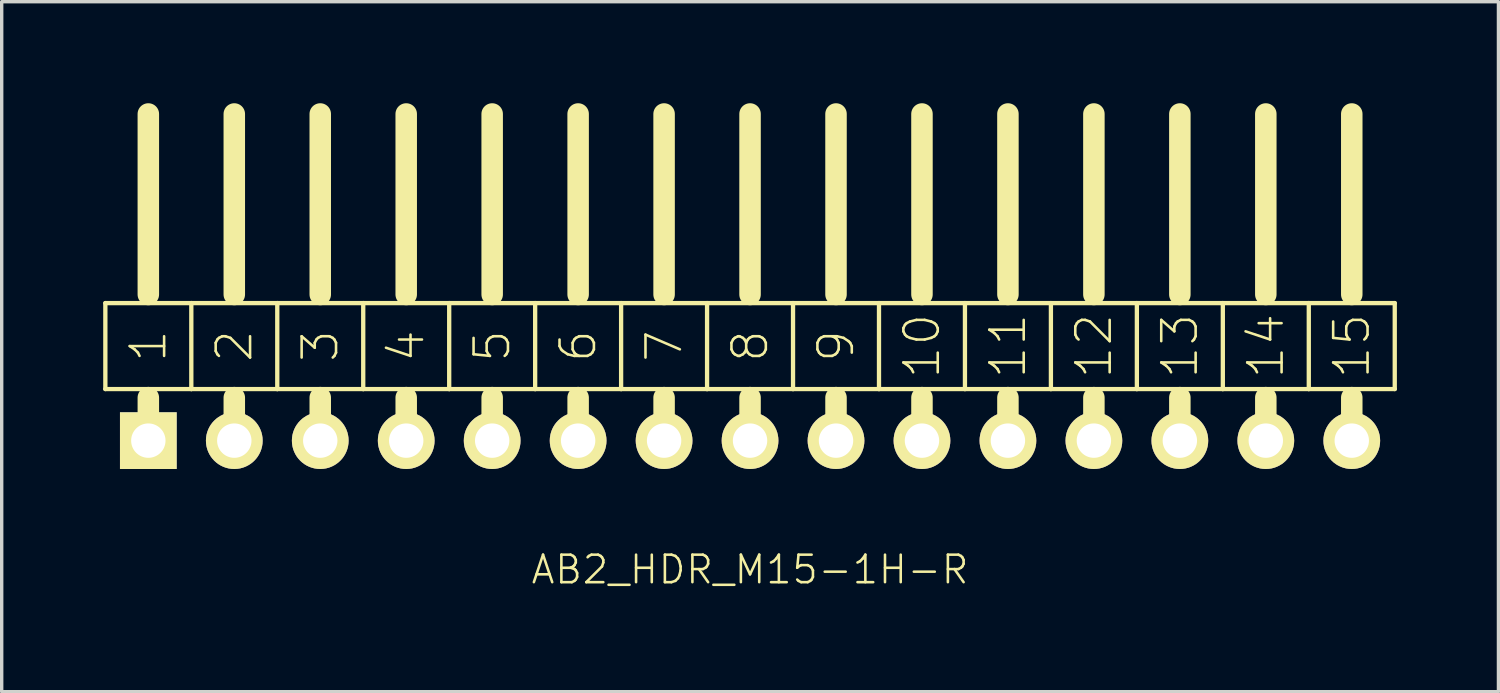
<source format=kicad_pcb>
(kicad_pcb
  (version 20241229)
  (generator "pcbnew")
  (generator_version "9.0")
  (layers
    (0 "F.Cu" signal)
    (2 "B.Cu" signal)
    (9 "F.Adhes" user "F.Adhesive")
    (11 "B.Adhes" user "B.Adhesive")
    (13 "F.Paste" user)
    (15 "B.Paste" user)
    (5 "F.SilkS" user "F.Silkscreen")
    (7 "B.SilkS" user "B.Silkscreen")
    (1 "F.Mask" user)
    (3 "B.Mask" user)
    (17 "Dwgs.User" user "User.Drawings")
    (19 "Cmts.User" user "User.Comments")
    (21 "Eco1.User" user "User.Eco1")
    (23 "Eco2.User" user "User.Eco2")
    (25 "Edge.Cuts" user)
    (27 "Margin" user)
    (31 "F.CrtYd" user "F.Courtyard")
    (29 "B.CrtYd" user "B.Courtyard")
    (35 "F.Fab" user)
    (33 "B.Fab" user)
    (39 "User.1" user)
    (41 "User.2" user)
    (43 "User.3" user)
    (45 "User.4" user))
  (footprint "AB2_HDR_M15-1H-R"
    (layer "F.Cu")
    (at 19.113 9.97)
    (property "Reference" "AB2_HDR_M15-1H-R" (at 0 3.81 0) (layer "F.SilkS") (effects (font (size 0.813 0.813) (thickness 0.076))))
    (attr through_hole)
    (fp_line (start -19.05 -4.064) (end -19.05 -1.524) (stroke (width 0.127) (type solid)) (layer "F.SilkS"))
    (fp_line (start -19.05 -1.524) (end -17.78 -1.524) (stroke (width 0.127) (type solid)) (layer "F.SilkS"))
    (fp_line (start -17.78 -4.318) (end -17.78 -9.652) (stroke (width 0.635) (type solid)) (layer "F.SilkS"))
    (fp_line (start -17.78 -1.524) (end -16.51 -1.524) (stroke (width 0.127) (type solid)) (layer "F.SilkS"))
    (fp_line (start -17.78 -1.27) (end -17.78 0) (stroke (width 0.635) (type solid)) (layer "F.SilkS"))
    (fp_line (start -16.51 -4.064) (end -19.05 -4.064) (stroke (width 0.127) (type solid)) (layer "F.SilkS"))
    (fp_line (start -16.51 -1.524) (end -16.51 -4.064) (stroke (width 0.127) (type solid)) (layer "F.SilkS"))
    (fp_line (start -16.51 -1.524) (end -15.24 -1.524) (stroke (width 0.127) (type solid)) (layer "F.SilkS"))
    (fp_line (start -15.24 -4.318) (end -15.24 -9.652) (stroke (width 0.635) (type solid)) (layer "F.SilkS"))
    (fp_line (start -15.24 -1.524) (end -13.97 -1.524) (stroke (width 0.127) (type solid)) (layer "F.SilkS"))
    (fp_line (start -15.24 -1.27) (end -15.24 0) (stroke (width 0.635) (type solid)) (layer "F.SilkS"))
    (fp_line (start -13.97 -4.064) (end -16.51 -4.064) (stroke (width 0.127) (type solid)) (layer "F.SilkS"))
    (fp_line (start -13.97 -1.524) (end -13.97 -4.064) (stroke (width 0.127) (type solid)) (layer "F.SilkS"))
    (fp_line (start -13.97 -1.524) (end -12.7 -1.524) (stroke (width 0.127) (type solid)) (layer "F.SilkS"))
    (fp_line (start -12.7 -4.318) (end -12.7 -9.652) (stroke (width 0.635) (type solid)) (layer "F.SilkS"))
    (fp_line (start -12.7 -1.524) (end -11.43 -1.524) (stroke (width 0.127) (type solid)) (layer "F.SilkS"))
    (fp_line (start -12.7 -1.27) (end -12.7 0) (stroke (width 0.635) (type solid)) (layer "F.SilkS"))
    (fp_line (start -11.43 -4.064) (end -13.97 -4.064) (stroke (width 0.127) (type solid)) (layer "F.SilkS"))
    (fp_line (start -11.43 -1.524) (end -11.43 -4.064) (stroke (width 0.127) (type solid)) (layer "F.SilkS"))
    (fp_line (start -11.43 -1.524) (end -10.16 -1.524) (stroke (width 0.127) (type solid)) (layer "F.SilkS"))
    (fp_line (start -10.16 -4.318) (end -10.16 -9.652) (stroke (width 0.635) (type solid)) (layer "F.SilkS"))
    (fp_line (start -10.16 -1.524) (end -8.89 -1.524) (stroke (width 0.127) (type solid)) (layer "F.SilkS"))
    (fp_line (start -10.16 -1.27) (end -10.16 0) (stroke (width 0.635) (type solid)) (layer "F.SilkS"))
    (fp_line (start -8.89 -4.064) (end -11.43 -4.064) (stroke (width 0.127) (type solid)) (layer "F.SilkS"))
    (fp_line (start -8.89 -1.524) (end -8.89 -4.064) (stroke (width 0.127) (type solid)) (layer "F.SilkS"))
    (fp_line (start -8.89 -1.524) (end -7.62 -1.524) (stroke (width 0.127) (type solid)) (layer "F.SilkS"))
    (fp_line (start -7.62 -4.318) (end -7.62 -9.652) (stroke (width 0.635) (type solid)) (layer "F.SilkS"))
    (fp_line (start -7.62 -1.524) (end -6.35 -1.524) (stroke (width 0.127) (type solid)) (layer "F.SilkS"))
    (fp_line (start -7.62 -1.27) (end -7.62 0) (stroke (width 0.635) (type solid)) (layer "F.SilkS"))
    (fp_line (start -6.35 -4.064) (end -8.89 -4.064) (stroke (width 0.127) (type solid)) (layer "F.SilkS"))
    (fp_line (start -6.35 -1.524) (end -6.35 -4.064) (stroke (width 0.127) (type solid)) (layer "F.SilkS"))
    (fp_line (start -6.35 -1.524) (end -5.08 -1.524) (stroke (width 0.127) (type solid)) (layer "F.SilkS"))
    (fp_line (start -5.08 -4.318) (end -5.08 -9.652) (stroke (width 0.635) (type solid)) (layer "F.SilkS"))
    (fp_line (start -5.08 -1.524) (end -3.81 -1.524) (stroke (width 0.127) (type solid)) (layer "F.SilkS"))
    (fp_line (start -5.08 -1.27) (end -5.08 0) (stroke (width 0.635) (type solid)) (layer "F.SilkS"))
    (fp_line (start -3.81 -4.064) (end -6.35 -4.064) (stroke (width 0.127) (type solid)) (layer "F.SilkS"))
    (fp_line (start -3.81 -1.524) (end -3.81 -4.064) (stroke (width 0.127) (type solid)) (layer "F.SilkS"))
    (fp_line (start -3.81 -1.524) (end -2.54 -1.524) (stroke (width 0.127) (type solid)) (layer "F.SilkS"))
    (fp_line (start -2.54 -4.318) (end -2.54 -9.652) (stroke (width 0.635) (type solid)) (layer "F.SilkS"))
    (fp_line (start -2.54 -1.524) (end -1.27 -1.524) (stroke (width 0.127) (type solid)) (layer "F.SilkS"))
    (fp_line (start -2.54 -1.27) (end -2.54 0) (stroke (width 0.635) (type solid)) (layer "F.SilkS"))
    (fp_line (start -1.27 -4.064) (end -3.81 -4.064) (stroke (width 0.127) (type solid)) (layer "F.SilkS"))
    (fp_line (start -1.27 -1.524) (end -1.27 -4.064) (stroke (width 0.127) (type solid)) (layer "F.SilkS"))
    (fp_line (start -1.27 -1.524) (end 0 -1.524) (stroke (width 0.127) (type solid)) (layer "F.SilkS"))
    (fp_line (start 0 -4.318) (end 0 -9.652) (stroke (width 0.635) (type solid)) (layer "F.SilkS"))
    (fp_line (start 0 -1.524) (end 1.27 -1.524) (stroke (width 0.127) (type solid)) (layer "F.SilkS"))
    (fp_line (start 0 -1.27) (end 0 0) (stroke (width 0.635) (type solid)) (layer "F.SilkS"))
    (fp_line (start 1.27 -4.064) (end -1.27 -4.064) (stroke (width 0.127) (type solid)) (layer "F.SilkS"))
    (fp_line (start 1.27 -1.524) (end 1.27 -4.064) (stroke (width 0.127) (type solid)) (layer "F.SilkS"))
    (fp_line (start 1.27 -1.524) (end 2.54 -1.524) (stroke (width 0.127) (type solid)) (layer "F.SilkS"))
    (fp_line (start 2.54 -4.318) (end 2.54 -9.652) (stroke (width 0.635) (type solid)) (layer "F.SilkS"))
    (fp_line (start 2.54 -1.524) (end 3.81 -1.524) (stroke (width 0.127) (type solid)) (layer "F.SilkS"))
    (fp_line (start 2.54 -1.27) (end 2.54 0) (stroke (width 0.635) (type solid)) (layer "F.SilkS"))
    (fp_line (start 3.81 -4.064) (end 1.27 -4.064) (stroke (width 0.127) (type solid)) (layer "F.SilkS"))
    (fp_line (start 3.81 -1.524) (end 3.81 -4.064) (stroke (width 0.127) (type solid)) (layer "F.SilkS"))
    (fp_line (start 3.81 -1.524) (end 5.08 -1.524) (stroke (width 0.127) (type solid)) (layer "F.SilkS"))
    (fp_line (start 5.08 -4.318) (end 5.08 -9.652) (stroke (width 0.635) (type solid)) (layer "F.SilkS"))
    (fp_line (start 5.08 -1.524) (end 6.35 -1.524) (stroke (width 0.127) (type solid)) (layer "F.SilkS"))
    (fp_line (start 5.08 -1.27) (end 5.08 0) (stroke (width 0.635) (type solid)) (layer "F.SilkS"))
    (fp_line (start 6.35 -4.064) (end 3.81 -4.064) (stroke (width 0.127) (type solid)) (layer "F.SilkS"))
    (fp_line (start 6.35 -1.524) (end 6.35 -4.064) (stroke (width 0.127) (type solid)) (layer "F.SilkS"))
    (fp_line (start 6.35 -1.524) (end 7.62 -1.524) (stroke (width 0.127) (type solid)) (layer "F.SilkS"))
    (fp_line (start 7.62 -4.318) (end 7.62 -9.652) (stroke (width 0.635) (type solid)) (layer "F.SilkS"))
    (fp_line (start 7.62 -1.524) (end 8.89 -1.524) (stroke (width 0.127) (type solid)) (layer "F.SilkS"))
    (fp_line (start 7.62 -1.27) (end 7.62 0) (stroke (width 0.635) (type solid)) (layer "F.SilkS"))
    (fp_line (start 8.89 -4.064) (end 6.35 -4.064) (stroke (width 0.127) (type solid)) (layer "F.SilkS"))
    (fp_line (start 8.89 -1.524) (end 8.89 -4.064) (stroke (width 0.127) (type solid)) (layer "F.SilkS"))
    (fp_line (start 8.89 -1.524) (end 10.16 -1.524) (stroke (width 0.127) (type solid)) (layer "F.SilkS"))
    (fp_line (start 10.16 -4.318) (end 10.16 -9.652) (stroke (width 0.635) (type solid)) (layer "F.SilkS"))
    (fp_line (start 10.16 -1.524) (end 11.43 -1.524) (stroke (width 0.127) (type solid)) (layer "F.SilkS"))
    (fp_line (start 10.16 -1.27) (end 10.16 0) (stroke (width 0.635) (type solid)) (layer "F.SilkS"))
    (fp_line (start 11.43 -4.064) (end 8.89 -4.064) (stroke (width 0.127) (type solid)) (layer "F.SilkS"))
    (fp_line (start 11.43 -1.524) (end 11.43 -4.064) (stroke (width 0.127) (type solid)) (layer "F.SilkS"))
    (fp_line (start 11.43 -1.524) (end 12.7 -1.524) (stroke (width 0.127) (type solid)) (layer "F.SilkS"))
    (fp_line (start 12.7 -4.318) (end 12.7 -9.652) (stroke (width 0.635) (type solid)) (layer "F.SilkS"))
    (fp_line (start 12.7 -1.524) (end 13.97 -1.524) (stroke (width 0.127) (type solid)) (layer "F.SilkS"))
    (fp_line (start 12.7 -1.27) (end 12.7 0) (stroke (width 0.635) (type solid)) (layer "F.SilkS"))
    (fp_line (start 13.97 -4.064) (end 11.43 -4.064) (stroke (width 0.127) (type solid)) (layer "F.SilkS"))
    (fp_line (start 13.97 -1.524) (end 13.97 -4.064) (stroke (width 0.127) (type solid)) (layer "F.SilkS"))
    (fp_line (start 13.97 -1.524) (end 15.24 -1.524) (stroke (width 0.127) (type solid)) (layer "F.SilkS"))
    (fp_line (start 15.24 -4.318) (end 15.24 -9.652) (stroke (width 0.635) (type solid)) (layer "F.SilkS"))
    (fp_line (start 15.24 -1.524) (end 16.51 -1.524) (stroke (width 0.127) (type solid)) (layer "F.SilkS"))
    (fp_line (start 15.24 -1.27) (end 15.24 0) (stroke (width 0.635) (type solid)) (layer "F.SilkS"))
    (fp_line (start 16.51 -4.064) (end 13.97 -4.064) (stroke (width 0.127) (type solid)) (layer "F.SilkS"))
    (fp_line (start 16.51 -1.524) (end 16.51 -4.064) (stroke (width 0.127) (type solid)) (layer "F.SilkS"))
    (fp_line (start 16.51 -1.524) (end 17.78 -1.524) (stroke (width 0.127) (type solid)) (layer "F.SilkS"))
    (fp_line (start 17.78 -4.318) (end 17.78 -9.652) (stroke (width 0.635) (type solid)) (layer "F.SilkS"))
    (fp_line (start 17.78 -1.524) (end 19.05 -1.524) (stroke (width 0.127) (type solid)) (layer "F.SilkS"))
    (fp_line (start 17.78 -1.27) (end 17.78 0) (stroke (width 0.635) (type solid)) (layer "F.SilkS"))
    (fp_line (start 19.05 -4.064) (end 16.51 -4.064) (stroke (width 0.127) (type solid)) (layer "F.SilkS"))
    (fp_line (start 19.05 -1.524) (end 19.05 -4.064) (stroke (width 0.127) (type solid)) (layer "F.SilkS"))
    (fp_text user "2" (at -15.24 -2.794 90) (layer "F.SilkS") (effects (font (size 1.016 1.016) (thickness 0.076))))
    (fp_text user "6" (at -5.08 -2.794 90) (layer "F.SilkS") (effects (font (size 1.016 1.016) (thickness 0.076))))
    (fp_text user "14" (at 15.24 -2.794 90) (layer "F.SilkS") (effects (font (size 1.016 1.016) (thickness 0.076))))
    (fp_text user "15" (at 17.78 -2.794 90) (layer "F.SilkS") (effects (font (size 1.016 1.016) (thickness 0.076))))
    (fp_text user "9" (at 2.54 -2.794 90) (layer "F.SilkS") (effects (font (size 1.016 1.016) (thickness 0.076))))
    (fp_text user "1" (at -17.78 -2.794 270) (layer "F.SilkS") (effects (font (size 1.016 1.016) (thickness 0.076))))
    (fp_text user "5" (at -7.62 -2.794 90) (layer "F.SilkS") (effects (font (size 1.016 1.016) (thickness 0.076))))
    (fp_text user "13" (at 12.7 -2.794 90) (layer "F.SilkS") (effects (font (size 1.016 1.016) (thickness 0.076))))
    (fp_text user "10" (at 5.08 -2.794 90) (layer "F.SilkS") (effects (font (size 1.016 1.016) (thickness 0.076))))
    (fp_text user "3" (at -12.7 -2.794 90) (layer "F.SilkS") (effects (font (size 1.016 1.016) (thickness 0.076))))
    (fp_text user "11" (at 7.62 -2.794 90) (layer "F.SilkS") (effects (font (size 1.016 1.016) (thickness 0.076))))
    (fp_text user "12" (at 10.16 -2.794 90) (layer "F.SilkS") (effects (font (size 1.016 1.016) (thickness 0.076))))
    (fp_text user "8" (at 0 -2.794 90) (layer "F.SilkS") (effects (font (size 1.016 1.016) (thickness 0.076))))
    (fp_text user "7" (at -2.54 -2.794 90) (layer "F.SilkS") (effects (font (size 1.016 1.016) (thickness 0.076))))
    (fp_text user "4" (at -10.16 -2.794 90) (layer "F.SilkS") (effects (font (size 1.016 1.016) (thickness 0.076))))
    (pad "1" thru_hole rect (at -17.78 0) (size 1.676 1.676) (drill 1.016) (layers "*.Cu" "*.Mask" "F.SilkS"))
    (pad "2" thru_hole circle (at -15.24 0) (size 1.676 1.676) (drill 1.016) (layers "*.Cu" "*.Mask" "F.SilkS"))
    (pad "3" thru_hole circle (at -12.7 0) (size 1.676 1.676) (drill 1.016) (layers "*.Cu" "*.Mask" "F.SilkS"))
    (pad "4" thru_hole circle (at -10.16 0) (size 1.676 1.676) (drill 1.016) (layers "*.Cu" "*.Mask" "F.SilkS"))
    (pad "5" thru_hole circle (at -7.62 0) (size 1.676 1.676) (drill 1.016) (layers "*.Cu" "*.Mask" "F.SilkS"))
    (pad "6" thru_hole circle (at -5.08 0) (size 1.676 1.676) (drill 1.016) (layers "*.Cu" "*.Mask" "F.SilkS"))
    (pad "7" thru_hole circle (at -2.54 0) (size 1.676 1.676) (drill 1.016) (layers "*.Cu" "*.Mask" "F.SilkS"))
    (pad "8" thru_hole circle (at 0 0) (size 1.676 1.676) (drill 1.016) (layers "*.Cu" "*.Mask" "F.SilkS"))
    (pad "9" thru_hole circle (at 2.54 0) (size 1.676 1.676) (drill 1.016) (layers "*.Cu" "*.Mask" "F.SilkS"))
    (pad "10" thru_hole circle (at 5.08 0) (size 1.676 1.676) (drill 1.016) (layers "*.Cu" "*.Mask" "F.SilkS"))
    (pad "11" thru_hole circle (at 7.62 0) (size 1.676 1.676) (drill 1.016) (layers "*.Cu" "*.Mask" "F.SilkS"))
    (pad "12" thru_hole circle (at 10.16 0) (size 1.676 1.676) (drill 1.016) (layers "*.Cu" "*.Mask" "F.SilkS"))
    (pad "13" thru_hole circle (at 12.7 0) (size 1.676 1.676) (drill 1.016) (layers "*.Cu" "*.Mask" "F.SilkS"))
    (pad "14" thru_hole circle (at 15.24 0) (size 1.676 1.676) (drill 1.016) (layers "*.Cu" "*.Mask" "F.SilkS"))
    (pad "15" thru_hole circle (at 17.78 0) (size 1.676 1.676) (drill 1.016) (layers "*.Cu" "*.Mask" "F.SilkS")))
  (gr_rect
    (start -3 -3)
    (end 41.227 17.389)
    (stroke (width 0.1) (type default))
    (fill no)
    (layer "Edge.Cuts")))
</source>
